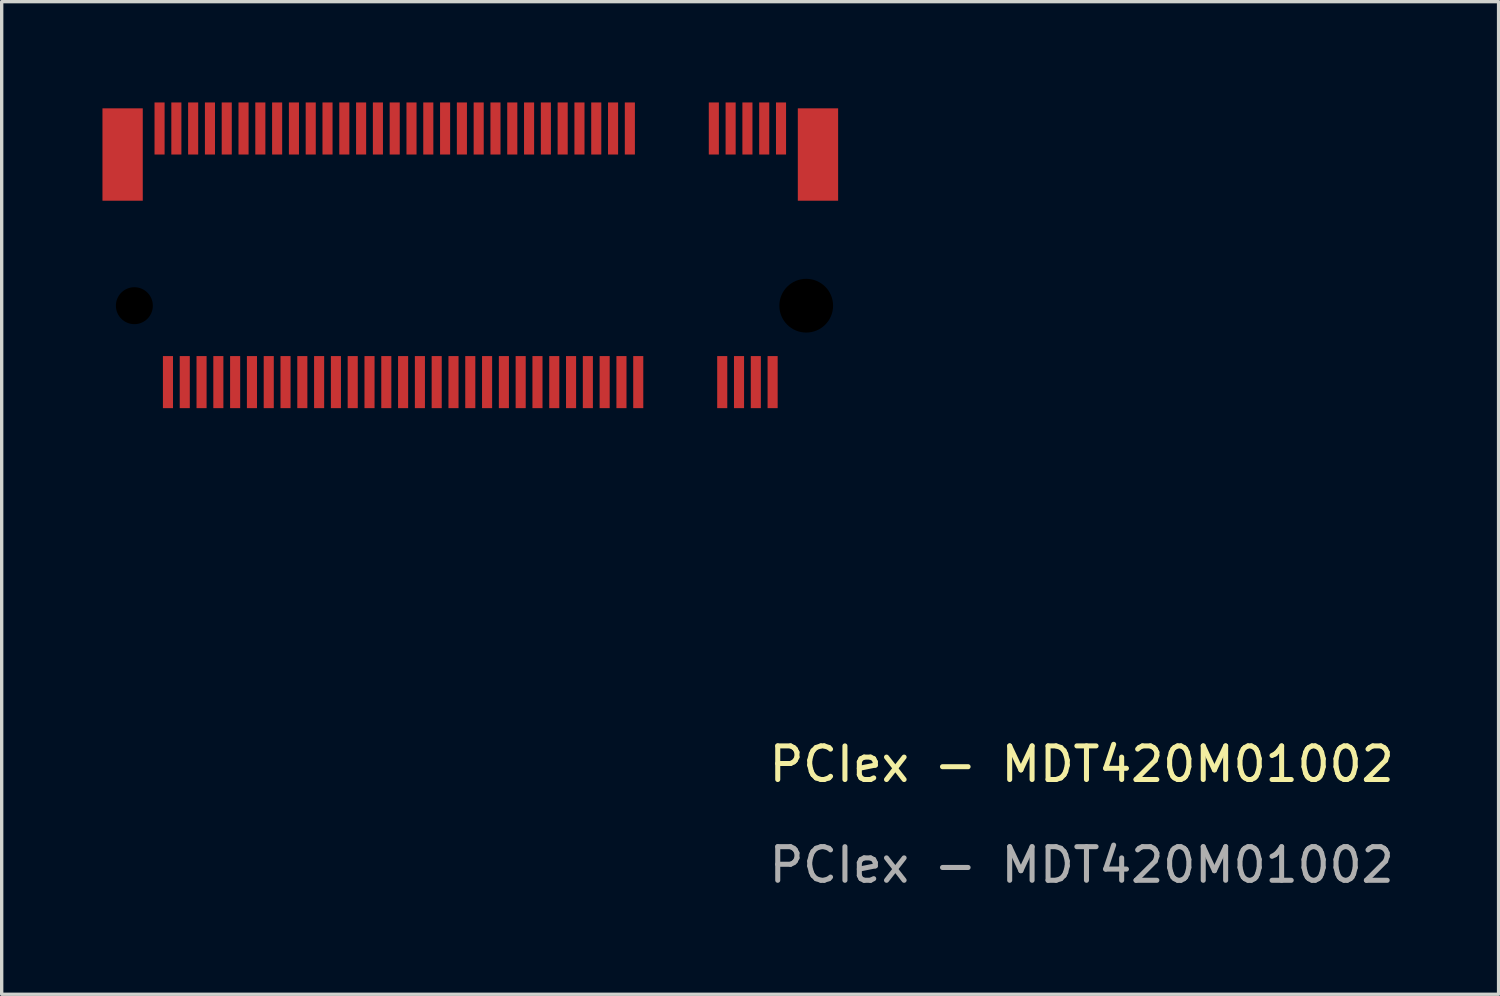
<source format=kicad_pcb>
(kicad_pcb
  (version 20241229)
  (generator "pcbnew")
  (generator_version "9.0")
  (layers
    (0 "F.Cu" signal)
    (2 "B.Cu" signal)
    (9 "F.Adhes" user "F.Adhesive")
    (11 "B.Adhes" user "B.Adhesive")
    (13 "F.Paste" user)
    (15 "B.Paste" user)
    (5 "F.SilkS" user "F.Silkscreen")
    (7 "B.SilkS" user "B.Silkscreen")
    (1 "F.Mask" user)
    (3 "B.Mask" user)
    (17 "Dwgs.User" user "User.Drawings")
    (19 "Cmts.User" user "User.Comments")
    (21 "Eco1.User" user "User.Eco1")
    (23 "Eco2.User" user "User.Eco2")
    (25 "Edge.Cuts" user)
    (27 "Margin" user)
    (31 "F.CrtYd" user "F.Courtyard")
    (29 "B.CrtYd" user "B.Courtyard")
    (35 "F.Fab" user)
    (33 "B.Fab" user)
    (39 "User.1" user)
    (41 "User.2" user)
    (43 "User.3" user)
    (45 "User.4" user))
  (footprint "PCIex - MDT420M01002"
    (layer "F.Cu")
    (at 10.95 6.05)
    (property "Reference" "PCIex - MDT420M01002" (at 18.2 13.65 0) (unlocked yes) (layer "F.SilkS") (effects (font (size 1 1) (thickness 0.15))))
    (fp_text user "${REFERENCE}" (at 18.2 16.65 0) (unlocked yes) (layer "F.Fab") (effects (font (size 1 1) (thickness 0.15))))
    (pad "" smd rect (at -10.35 -4.5) (size 1.2 2.75) (layers "F.Cu" "F.Mask" "F.Paste"))
    (pad "" np_thru_hole circle (at -10 0) (size 1.1 1.1) (drill 1.1) (layers "*.Mask"))
    (pad "" np_thru_hole circle (at 10 0) (size 1.6 1.6) (drill 1.6) (layers "*.Mask"))
    (pad "" smd rect (at 10.35 -4.5) (size 1.2 2.75) (layers "F.Cu" "F.Mask" "F.Paste"))
    (pad "1" smd rect (at -9 2.275) (size 0.3 1.55) (layers "F.Cu" "F.Mask" "F.Paste"))
    (pad "1" smd rect (at -8.5 2.275) (size 0.3 1.55) (layers "F.Cu" "F.Mask" "F.Paste"))
    (pad "1" smd rect (at -8 2.275) (size 0.3 1.55) (layers "F.Cu" "F.Mask" "F.Paste"))
    (pad "1" smd rect (at -7.5 2.275) (size 0.3 1.55) (layers "F.Cu" "F.Mask" "F.Paste"))
    (pad "1" smd rect (at -7 2.275) (size 0.3 1.55) (layers "F.Cu" "F.Mask" "F.Paste"))
    (pad "1" smd rect (at -6.5 2.275) (size 0.3 1.55) (layers "F.Cu" "F.Mask" "F.Paste"))
    (pad "1" smd rect (at -6 2.275) (size 0.3 1.55) (layers "F.Cu" "F.Mask" "F.Paste"))
    (pad "1" smd rect (at -5.5 2.275) (size 0.3 1.55) (layers "F.Cu" "F.Mask" "F.Paste"))
    (pad "1" smd rect (at -5 2.275) (size 0.3 1.55) (layers "F.Cu" "F.Mask" "F.Paste"))
    (pad "1" smd rect (at -4.5 2.275) (size 0.3 1.55) (layers "F.Cu" "F.Mask" "F.Paste"))
    (pad "1" smd rect (at -4 2.275) (size 0.3 1.55) (layers "F.Cu" "F.Mask" "F.Paste"))
    (pad "1" smd rect (at -3.5 2.275) (size 0.3 1.55) (layers "F.Cu" "F.Mask" "F.Paste"))
    (pad "1" smd rect (at -3 2.275) (size 0.3 1.55) (layers "F.Cu" "F.Mask" "F.Paste"))
    (pad "1" smd rect (at -2.5 2.275) (size 0.3 1.55) (layers "F.Cu" "F.Mask" "F.Paste"))
    (pad "1" smd rect (at -2 2.275) (size 0.3 1.55) (layers "F.Cu" "F.Mask" "F.Paste"))
    (pad "1" smd rect (at -1.5 2.275) (size 0.3 1.55) (layers "F.Cu" "F.Mask" "F.Paste"))
    (pad "1" smd rect (at -1 2.275) (size 0.3 1.55) (layers "F.Cu" "F.Mask" "F.Paste"))
    (pad "1" smd rect (at -0.5 2.275) (size 0.3 1.55) (layers "F.Cu" "F.Mask" "F.Paste"))
    (pad "1" smd rect (at 0 2.275) (size 0.3 1.55) (layers "F.Cu" "F.Mask" "F.Paste"))
    (pad "1" smd rect (at 0.5 2.275) (size 0.3 1.55) (layers "F.Cu" "F.Mask" "F.Paste"))
    (pad "1" smd rect (at 1 2.275) (size 0.3 1.55) (layers "F.Cu" "F.Mask" "F.Paste"))
    (pad "1" smd rect (at 1.5 2.275) (size 0.3 1.55) (layers "F.Cu" "F.Mask" "F.Paste"))
    (pad "1" smd rect (at 2 2.275) (size 0.3 1.55) (layers "F.Cu" "F.Mask" "F.Paste"))
    (pad "1" smd rect (at 2.5 2.275) (size 0.3 1.55) (layers "F.Cu" "F.Mask" "F.Paste"))
    (pad "1" smd rect (at 3 2.275) (size 0.3 1.55) (layers "F.Cu" "F.Mask" "F.Paste"))
    (pad "1" smd rect (at 3.5 2.275) (size 0.3 1.55) (layers "F.Cu" "F.Mask" "F.Paste"))
    (pad "1" smd rect (at 4 2.275) (size 0.3 1.55) (layers "F.Cu" "F.Mask" "F.Paste"))
    (pad "1" smd rect (at 4.5 2.275) (size 0.3 1.55) (layers "F.Cu" "F.Mask" "F.Paste"))
    (pad "1" smd rect (at 5 2.275) (size 0.3 1.55) (layers "F.Cu" "F.Mask" "F.Paste"))
    (pad "2" smd rect (at -9.25 -5.275) (size 0.3 1.55) (layers "F.Cu" "F.Mask" "F.Paste"))
    (pad "2" smd rect (at -8.75 -5.275) (size 0.3 1.55) (layers "F.Cu" "F.Mask" "F.Paste"))
    (pad "2" smd rect (at -8.25 -5.275) (size 0.3 1.55) (layers "F.Cu" "F.Mask" "F.Paste"))
    (pad "2" smd rect (at -7.75 -5.275) (size 0.3 1.55) (layers "F.Cu" "F.Mask" "F.Paste"))
    (pad "2" smd rect (at -7.25 -5.275) (size 0.3 1.55) (layers "F.Cu" "F.Mask" "F.Paste"))
    (pad "2" smd rect (at -6.75 -5.275) (size 0.3 1.55) (layers "F.Cu" "F.Mask" "F.Paste"))
    (pad "2" smd rect (at -6.25 -5.275) (size 0.3 1.55) (layers "F.Cu" "F.Mask" "F.Paste"))
    (pad "2" smd rect (at -5.75 -5.275) (size 0.3 1.55) (layers "F.Cu" "F.Mask" "F.Paste"))
    (pad "2" smd rect (at -5.25 -5.275) (size 0.3 1.55) (layers "F.Cu" "F.Mask" "F.Paste"))
    (pad "2" smd rect (at -4.75 -5.275) (size 0.3 1.55) (layers "F.Cu" "F.Mask" "F.Paste"))
    (pad "2" smd rect (at -4.25 -5.275) (size 0.3 1.55) (layers "F.Cu" "F.Mask" "F.Paste"))
    (pad "2" smd rect (at -3.75 -5.275) (size 0.3 1.55) (layers "F.Cu" "F.Mask" "F.Paste"))
    (pad "2" smd rect (at -3.25 -5.275) (size 0.3 1.55) (layers "F.Cu" "F.Mask" "F.Paste"))
    (pad "2" smd rect (at -2.75 -5.275) (size 0.3 1.55) (layers "F.Cu" "F.Mask" "F.Paste"))
    (pad "2" smd rect (at -2.25 -5.275) (size 0.3 1.55) (layers "F.Cu" "F.Mask" "F.Paste"))
    (pad "2" smd rect (at -1.75 -5.275) (size 0.3 1.55) (layers "F.Cu" "F.Mask" "F.Paste"))
    (pad "2" smd rect (at -1.25 -5.275) (size 0.3 1.55) (layers "F.Cu" "F.Mask" "F.Paste"))
    (pad "2" smd rect (at -0.75 -5.275) (size 0.3 1.55) (layers "F.Cu" "F.Mask" "F.Paste"))
    (pad "2" smd rect (at -0.25 -5.275) (size 0.3 1.55) (layers "F.Cu" "F.Mask" "F.Paste"))
    (pad "2" smd rect (at 0.25 -5.275) (size 0.3 1.55) (layers "F.Cu" "F.Mask" "F.Paste"))
    (pad "2" smd rect (at 0.75 -5.275) (size 0.3 1.55) (layers "F.Cu" "F.Mask" "F.Paste"))
    (pad "2" smd rect (at 1.25 -5.275) (size 0.3 1.55) (layers "F.Cu" "F.Mask" "F.Paste"))
    (pad "2" smd rect (at 1.75 -5.275) (size 0.3 1.55) (layers "F.Cu" "F.Mask" "F.Paste"))
    (pad "2" smd rect (at 2.25 -5.275) (size 0.3 1.55) (layers "F.Cu" "F.Mask" "F.Paste"))
    (pad "2" smd rect (at 2.75 -5.275) (size 0.3 1.55) (layers "F.Cu" "F.Mask" "F.Paste"))
    (pad "2" smd rect (at 3.25 -5.275) (size 0.3 1.55) (layers "F.Cu" "F.Mask" "F.Paste"))
    (pad "2" smd rect (at 3.75 -5.275) (size 0.3 1.55) (layers "F.Cu" "F.Mask" "F.Paste"))
    (pad "2" smd rect (at 4.25 -5.275) (size 0.3 1.55) (layers "F.Cu" "F.Mask" "F.Paste"))
    (pad "2" smd rect (at 4.75 -5.275) (size 0.3 1.55) (layers "F.Cu" "F.Mask" "F.Paste"))
    (pad "2" smd rect (at 7.25 -5.275) (size 0.3 1.55) (layers "F.Cu" "F.Mask" "F.Paste"))
    (pad "2" smd rect (at 7.5 2.275) (size 0.3 1.55) (layers "F.Cu" "F.Mask" "F.Paste"))
    (pad "2" smd rect (at 7.75 -5.275) (size 0.3 1.55) (layers "F.Cu" "F.Mask" "F.Paste"))
    (pad "2" smd rect (at 8 2.275) (size 0.3 1.55) (layers "F.Cu" "F.Mask" "F.Paste"))
    (pad "2" smd rect (at 8.25 -5.275) (size 0.3 1.55) (layers "F.Cu" "F.Mask" "F.Paste"))
    (pad "2" smd rect (at 8.5 2.275) (size 0.3 1.55) (layers "F.Cu" "F.Mask" "F.Paste"))
    (pad "2" smd rect (at 8.75 -5.275) (size 0.3 1.55) (layers "F.Cu" "F.Mask" "F.Paste"))
    (pad "2" smd rect (at 9 2.275) (size 0.3 1.55) (layers "F.Cu" "F.Mask" "F.Paste"))
    (pad "2" smd rect (at 9.25 -5.275) (size 0.3 1.55) (layers "F.Cu" "F.Mask" "F.Paste")))
  (gr_rect
    (start -3 -3)
    (end 41.561 26.548)
    (stroke (width 0.1) (type default))
    (fill no)
    (layer "Edge.Cuts")))
</source>
